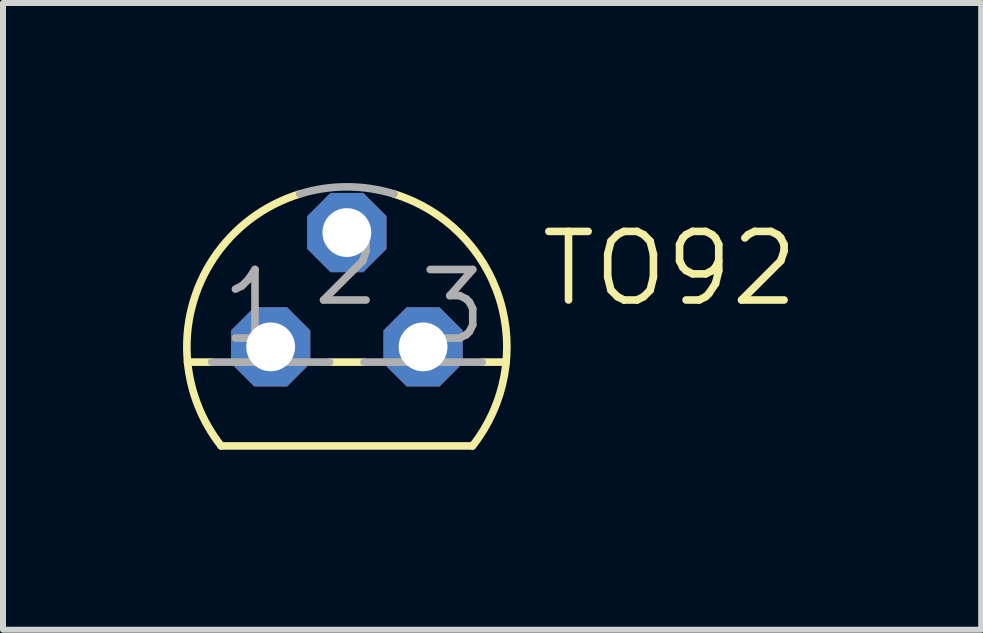
<source format=kicad_pcb>
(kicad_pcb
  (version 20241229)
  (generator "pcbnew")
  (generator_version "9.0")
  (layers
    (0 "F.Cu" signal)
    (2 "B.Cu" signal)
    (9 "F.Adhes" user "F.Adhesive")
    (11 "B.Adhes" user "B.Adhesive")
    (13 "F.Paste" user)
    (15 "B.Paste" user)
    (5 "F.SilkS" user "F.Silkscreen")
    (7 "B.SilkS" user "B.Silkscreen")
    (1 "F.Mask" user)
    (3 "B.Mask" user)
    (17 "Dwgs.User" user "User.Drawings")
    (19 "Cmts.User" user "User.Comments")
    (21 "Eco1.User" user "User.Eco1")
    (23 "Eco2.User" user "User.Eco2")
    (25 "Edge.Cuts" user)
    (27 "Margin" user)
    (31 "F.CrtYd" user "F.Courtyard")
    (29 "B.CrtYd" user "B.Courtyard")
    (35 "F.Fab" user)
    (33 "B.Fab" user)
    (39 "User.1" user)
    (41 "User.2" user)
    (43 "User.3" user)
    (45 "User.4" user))
  (footprint "TO92"
    (layer "F.Cu")
    (at 2.731 2.731)
    (property "Reference" "TO92" (at 3.175 -0.635 0) (layer "F.SilkS") (effects (font (size 1.143 1.143) (thickness 0.127)) (justify left bottom)))
    (fp_line (start -2.655 0.254) (end -2.254 0.254) (stroke (width 0.127) (type solid)) (layer "F.SilkS"))
    (fp_line (start -2.095 1.651) (end 2.095 1.651) (stroke (width 0.127) (type solid)) (layer "F.SilkS"))
    (fp_line (start -0.286 0.254) (end 0.286 0.254) (stroke (width 0.127) (type solid)) (layer "F.SilkS"))
    (fp_line (start 2.254 0.254) (end 2.655 0.254) (stroke (width 0.127) (type solid)) (layer "F.SilkS"))
    (fp_arc (start -2.6549 0.254) (mid -2.219001 -1.479566) (end -0.786299 -2.548501) (stroke (width 0.127) (type solid)) (layer "F.SilkS"))
    (fp_arc (start -2.0946 1.651) (mid -2.475347 0.992847) (end -2.654901 0.254) (stroke (width 0.127) (type solid)) (layer "F.SilkS"))
    (fp_arc (start 0.7863 -2.5484) (mid 2.546275 -0.793203) (end 2.094499 1.651) (stroke (width 0.127) (type solid)) (layer "F.SilkS"))
    (fp_line (start -2.254 0.254) (end -0.286 0.254) (stroke (width 0.127) (type solid)) (layer "F.Fab"))
    (fp_line (start 0.286 0.254) (end 2.254 0.254) (stroke (width 0.127) (type solid)) (layer "F.Fab"))
    (fp_arc (start -0.7863 -2.5485) (mid 0 -2.667043) (end 0.7863 -2.5485) (stroke (width 0.127) (type solid)) (layer "F.Fab"))
    (fp_text user "1" (at -2.159 0 0) (layer "F.Fab") (effects (font (size 1.143 1.143) (thickness 0.127)) (justify left bottom)))
    (fp_text user "3" (at 1.143 0 0) (layer "F.Fab") (effects (font (size 1.143 1.143) (thickness 0.127)) (justify left bottom)))
    (fp_text user "2" (at -0.635 -0.635 0) (layer "F.Fab") (effects (font (size 1.143 1.143) (thickness 0.127)) (justify left bottom)))
    (pad "1" thru_hole roundrect (at -1.27 0) (size 1.321 1.321) (drill 0.813) (layers "*.Cu" "*.Mask") (roundrect_rratio 0.25) (chamfer_ratio 0.293) (chamfer top_left top_right bottom_left bottom_right))
    (pad "2" thru_hole roundrect (at 0 -1.905) (size 1.321 1.321) (drill 0.813) (layers "*.Cu" "*.Mask") (roundrect_rratio 0.25) (chamfer_ratio 0.293) (chamfer top_left top_right bottom_left bottom_right))
    (pad "3" thru_hole roundrect (at 1.27 0) (size 1.321 1.321) (drill 0.813) (layers "*.Cu" "*.Mask") (roundrect_rratio 0.25) (chamfer_ratio 0.293) (chamfer top_left top_right bottom_left bottom_right)))
  (gr_rect
    (start -3 -3)
    (end 13.303 7.445)
    (stroke (width 0.1) (type default))
    (fill no)
    (layer "Edge.Cuts")))
</source>
